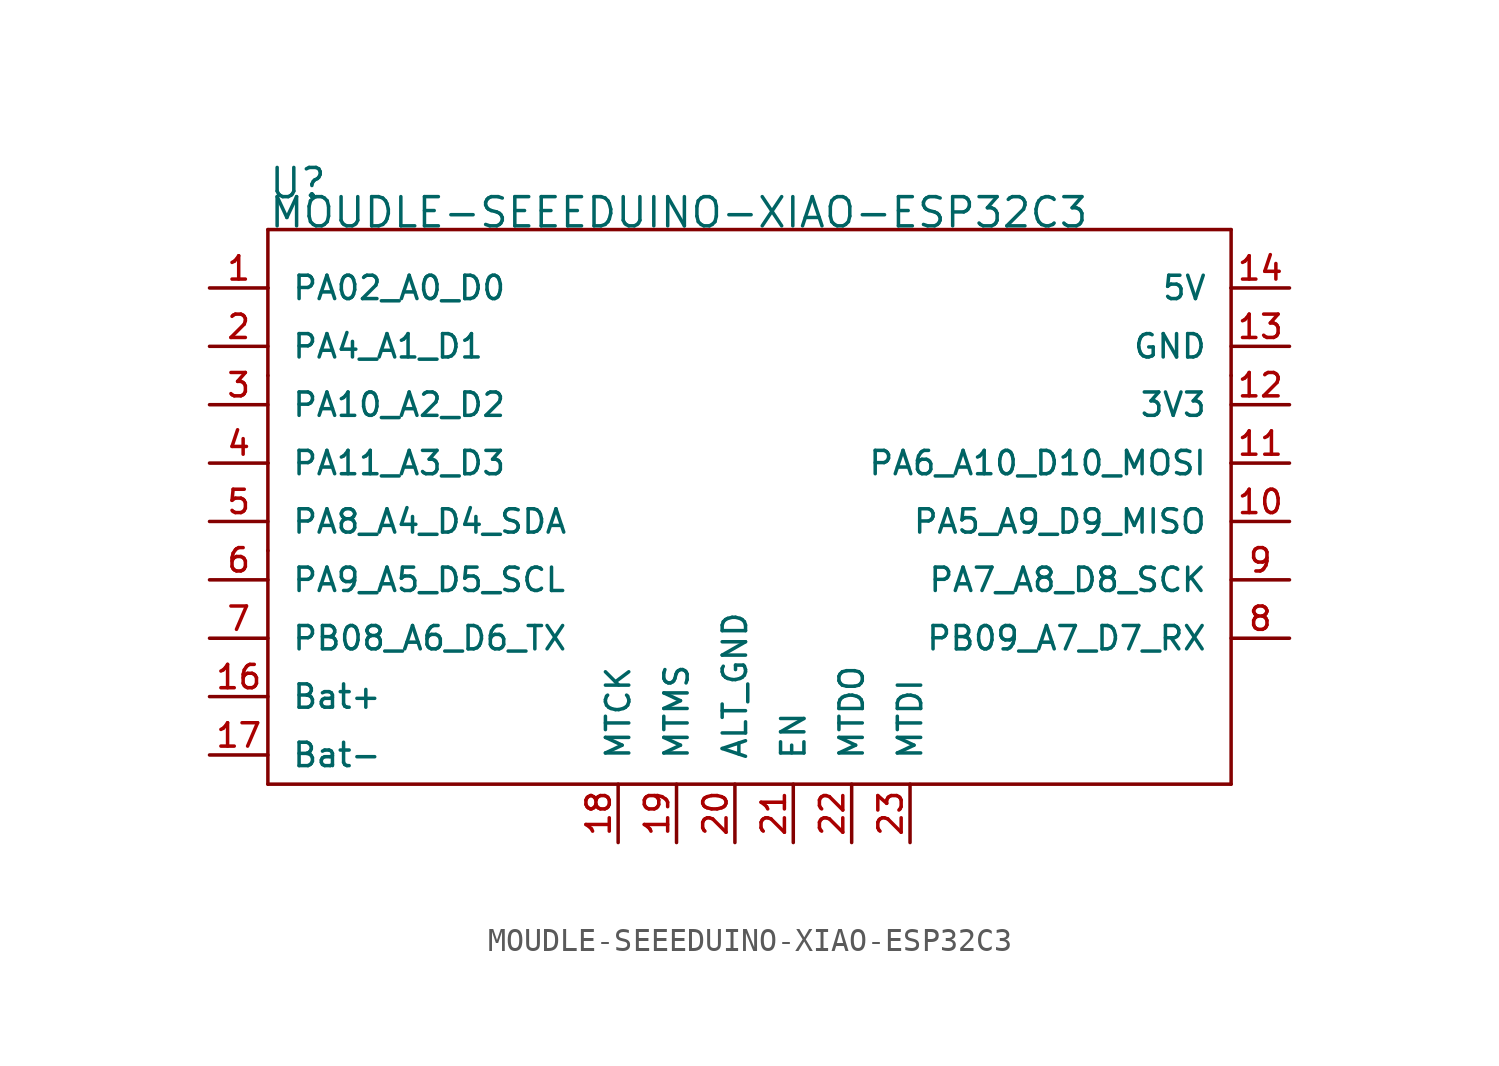
<source format=kicad_sym>
(kicad_symbol_lib
  (version 20220914)
  (generator kicad_symbol_editor)
  (symbol "MOUDLE-SEEEDUINO-XIAO-ESP32C3"
    (pin_names
      (offset 1.016))
    (property "Reference" "U"
      (at -21.59 15.24 0)
      (effects (font (size 1.27 1.27)) (justify left bottom)))
    (property "Value" "MOUDLE-SEEEDUINO-XIAO-ESP32C3"
      (at -21.59 13.97 0)
      (effects (font (size 1.27 1.27)) (justify left bottom)))
    (symbol "MOUDLE-SEEEDUINO-XIAO-ESP32C3_0_0"
      (polyline (pts (xy -21.59 -10.16) (xy -21.59 0)) (stroke (width 0.152) (type default)) (fill (type none)))
      (polyline (pts (xy -21.59 0) (xy -21.59 3.81)) (stroke (width 0.152) (type default)) (fill (type none)))
      (polyline (pts (xy -21.59 3.81) (xy -21.59 7.62)) (stroke (width 0.152) (type default)) (fill (type none)))
      (polyline (pts (xy -21.59 7.62) (xy -21.59 11.43)) (stroke (width 0.152) (type default)) (fill (type none)))
      (polyline (pts (xy -21.59 11.43) (xy -21.59 13.97)) (stroke (width 0.152) (type default)) (fill (type none)))
      (polyline (pts (xy -21.59 13.97) (xy 20.32 13.97)) (stroke (width 0.152) (type default)) (fill (type none)))
      (polyline (pts (xy 20.32 -10.16) (xy -21.59 -10.16)) (stroke (width 0.152) (type default)) (fill (type none)))
      (polyline (pts (xy 20.32 3.81) (xy 20.32 -10.16)) (stroke (width 0.152) (type default)) (fill (type none)))
      (polyline (pts (xy 20.32 7.62) (xy 20.32 3.81)) (stroke (width 0.152) (type default)) (fill (type none)))
      (polyline (pts (xy 20.32 11.43) (xy 20.32 7.62)) (stroke (width 0.152) (type default)) (fill (type none)))
      (polyline (pts (xy 20.32 13.97) (xy 20.32 11.43)) (stroke (width 0.152) (type default)) (fill (type none)))
      (pin bidirectional line (at -24.13 11.43 0) (length 2.54) (name "PA02_A0_D0" (effects (font (size 1.016 1.016)))) (number "1" (effects (font (size 1.016 1.016)))))
      (pin bidirectional line (at 22.86 1.27 180) (length 2.54) (name "PA5_A9_D9_MISO" (effects (font (size 1.016 1.016)))) (number "10" (effects (font (size 1.016 1.016)))))
      (pin bidirectional line (at 22.86 3.81 180) (length 2.54) (name "PA6_A10_D10_MOSI" (effects (font (size 1.016 1.016)))) (number "11" (effects (font (size 1.016 1.016)))))
      (pin bidirectional line (at 22.86 6.35 180) (length 2.54) (name "3V3" (effects (font (size 1.016 1.016)))) (number "12" (effects (font (size 1.016 1.016)))))
      (pin bidirectional line (at 22.86 8.89 180) (length 2.54) (name "GND" (effects (font (size 1.016 1.016)))) (number "13" (effects (font (size 1.016 1.016)))))
      (pin bidirectional line (at 22.86 11.43 180) (length 2.54) (name "5V" (effects (font (size 1.016 1.016)))) (number "14" (effects (font (size 1.016 1.016)))))
      (pin bidirectional line (at -24.13 8.89 0) (length 2.54) (name "PA4_A1_D1" (effects (font (size 1.016 1.016)))) (number "2" (effects (font (size 1.016 1.016)))))
      (pin bidirectional line (at -24.13 6.35 0) (length 2.54) (name "PA10_A2_D2" (effects (font (size 1.016 1.016)))) (number "3" (effects (font (size 1.016 1.016)))))
      (pin bidirectional line (at -24.13 3.81 0) (length 2.54) (name "PA11_A3_D3" (effects (font (size 1.016 1.016)))) (number "4" (effects (font (size 1.016 1.016)))))
      (pin bidirectional line (at -24.13 1.27 0) (length 2.54) (name "PA8_A4_D4_SDA" (effects (font (size 1.016 1.016)))) (number "5" (effects (font (size 1.016 1.016)))))
      (pin bidirectional line (at -24.13 -1.27 0) (length 2.54) (name "PA9_A5_D5_SCL" (effects (font (size 1.016 1.016)))) (number "6" (effects (font (size 1.016 1.016)))))
      (pin bidirectional line (at -24.13 -3.81 0) (length 2.54) (name "PB08_A6_D6_TX" (effects (font (size 1.016 1.016)))) (number "7" (effects (font (size 1.016 1.016)))))
      (pin bidirectional line (at 22.86 -3.81 180) (length 2.54) (name "PB09_A7_D7_RX" (effects (font (size 1.016 1.016)))) (number "8" (effects (font (size 1.016 1.016)))))
      (pin bidirectional line (at 22.86 -1.27 180) (length 2.54) (name "PA7_A8_D8_SCK" (effects (font (size 1.016 1.016)))) (number "9" (effects (font (size 1.016 1.016))))))
    (symbol "MOUDLE-SEEEDUINO-XIAO-ESP32C3_1_0"
      (pin power_in line (at -24.13 -6.35 0) (length 2.54) (name "Bat+" (effects (font (size 1.016 1.016)))) (number "16" (effects (font (size 1.016 1.016)))))
      (pin power_in line (at -24.13 -8.89 0) (length 2.54) (name "Bat-" (effects (font (size 1.016 1.016)))) (number "17" (effects (font (size 1.016 1.016)))))
      (pin bidirectional line (at -6.35 -12.7 90) (length 2.54) (name "MTCK" (effects (font (size 1.016 1.016)))) (number "18" (effects (font (size 1.016 1.016)))))
      (pin bidirectional line (at -3.81 -12.7 90) (length 2.54) (name "MTMS" (effects (font (size 1.016 1.016)))) (number "19" (effects (font (size 1.016 1.016)))))
      (pin bidirectional line (at -1.27 -12.7 90) (length 2.54) (name "ALT_GND" (effects (font (size 1.016 1.016)))) (number "20" (effects (font (size 1.016 1.016)))))
      (pin bidirectional line (at 1.27 -12.7 90) (length 2.54) (name "EN" (effects (font (size 1.016 1.016)))) (number "21" (effects (font (size 1.016 1.016)))))
      (pin bidirectional line (at 3.81 -12.7 90) (length 2.54) (name "MTDO" (effects (font (size 1.016 1.016)))) (number "22" (effects (font (size 1.016 1.016)))))
      (pin bidirectional line (at 6.35 -12.7 90) (length 2.54) (name "MTDI" (effects (font (size 1.016 1.016)))) (number "23" (effects (font (size 1.016 1.016))))))))
</source>
